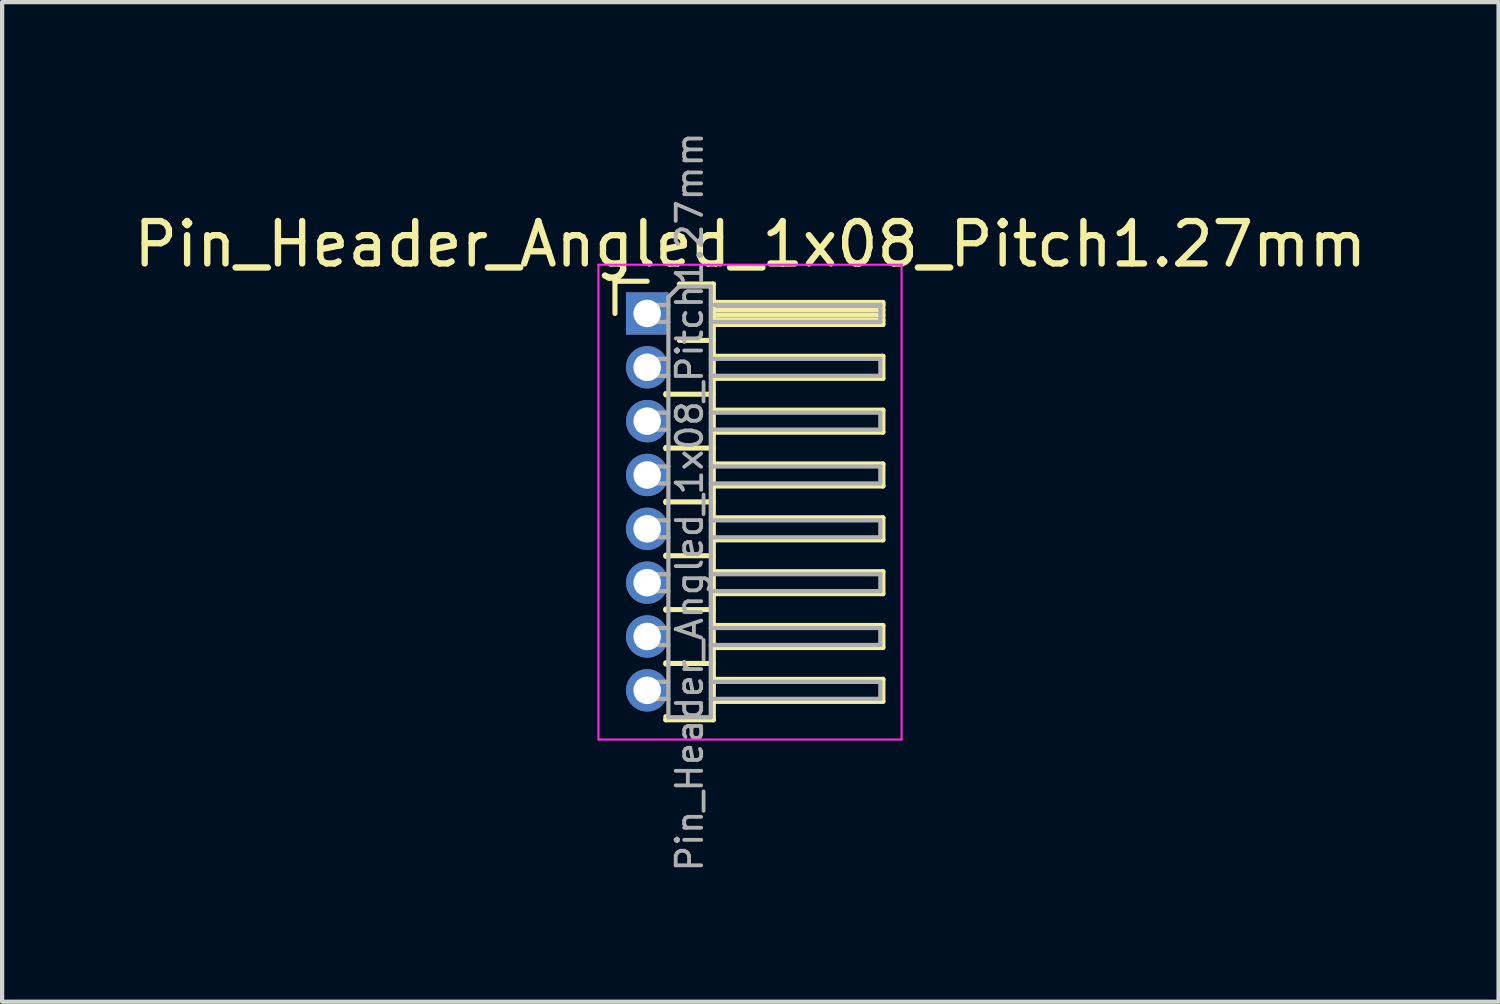
<source format=kicad_pcb>
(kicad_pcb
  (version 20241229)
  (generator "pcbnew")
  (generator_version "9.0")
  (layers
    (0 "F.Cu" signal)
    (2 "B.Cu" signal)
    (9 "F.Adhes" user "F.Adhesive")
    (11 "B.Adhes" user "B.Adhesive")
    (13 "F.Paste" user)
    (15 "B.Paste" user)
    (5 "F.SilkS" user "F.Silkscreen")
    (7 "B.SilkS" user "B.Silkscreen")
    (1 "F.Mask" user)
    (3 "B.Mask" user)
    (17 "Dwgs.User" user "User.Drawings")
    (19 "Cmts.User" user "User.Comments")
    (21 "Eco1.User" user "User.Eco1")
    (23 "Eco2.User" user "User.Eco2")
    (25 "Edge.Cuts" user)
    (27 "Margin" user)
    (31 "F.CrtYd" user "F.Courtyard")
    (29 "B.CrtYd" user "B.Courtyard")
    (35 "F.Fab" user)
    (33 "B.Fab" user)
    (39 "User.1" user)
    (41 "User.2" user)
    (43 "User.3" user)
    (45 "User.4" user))
  (footprint "Pin_Header_Angled_1x08_Pitch1.27mm"
    (layer "F.Cu")
    (at 12.216 4.344)
    (property "Reference" "Pin_Header_Angled_1x08_Pitch1.27mm" (at 2.433 -1.635 0) (layer "F.SilkS") (effects (font (size 1 1) (thickness 0.15))))
    (attr through_hole)
    (fp_line (start -0.76 -0.76) (end 0 -0.76) (stroke (width 0.12) (type solid)) (layer "F.SilkS"))
    (fp_line (start -0.76 0) (end -0.76 -0.76) (stroke (width 0.12) (type solid)) (layer "F.SilkS"))
    (fp_line (start 0.44 1.89) (end 0.44 1.92) (stroke (width 0.12) (type solid)) (layer "F.SilkS"))
    (fp_line (start 0.44 1.905) (end 1.56 1.905) (stroke (width 0.12) (type solid)) (layer "F.SilkS"))
    (fp_line (start 0.44 3.16) (end 0.44 3.19) (stroke (width 0.12) (type solid)) (layer "F.SilkS"))
    (fp_line (start 0.44 3.175) (end 1.56 3.175) (stroke (width 0.12) (type solid)) (layer "F.SilkS"))
    (fp_line (start 0.44 4.43) (end 0.44 4.46) (stroke (width 0.12) (type solid)) (layer "F.SilkS"))
    (fp_line (start 0.44 4.445) (end 1.56 4.445) (stroke (width 0.12) (type solid)) (layer "F.SilkS"))
    (fp_line (start 0.44 5.7) (end 0.44 5.73) (stroke (width 0.12) (type solid)) (layer "F.SilkS"))
    (fp_line (start 0.44 5.715) (end 1.56 5.715) (stroke (width 0.12) (type solid)) (layer "F.SilkS"))
    (fp_line (start 0.44 6.97) (end 0.44 7) (stroke (width 0.12) (type solid)) (layer "F.SilkS"))
    (fp_line (start 0.44 6.985) (end 1.56 6.985) (stroke (width 0.12) (type solid)) (layer "F.SilkS"))
    (fp_line (start 0.44 8.24) (end 0.44 8.27) (stroke (width 0.12) (type solid)) (layer "F.SilkS"))
    (fp_line (start 0.44 8.255) (end 1.56 8.255) (stroke (width 0.12) (type solid)) (layer "F.SilkS"))
    (fp_line (start 0.44 9.585) (end 0.44 9.51) (stroke (width 0.12) (type solid)) (layer "F.SilkS"))
    (fp_line (start 0.76 -0.695) (end 1.56 -0.695) (stroke (width 0.12) (type solid)) (layer "F.SilkS"))
    (fp_line (start 0.76 0.635) (end 1.56 0.635) (stroke (width 0.12) (type solid)) (layer "F.SilkS"))
    (fp_line (start 1.56 -0.695) (end 1.56 9.585) (stroke (width 0.12) (type solid)) (layer "F.SilkS"))
    (fp_line (start 1.56 -0.26) (end 5.56 -0.26) (stroke (width 0.12) (type solid)) (layer "F.SilkS"))
    (fp_line (start 1.56 -0.2) (end 5.56 -0.2) (stroke (width 0.12) (type solid)) (layer "F.SilkS"))
    (fp_line (start 1.56 -0.08) (end 5.56 -0.08) (stroke (width 0.12) (type solid)) (layer "F.SilkS"))
    (fp_line (start 1.56 0.04) (end 5.56 0.04) (stroke (width 0.12) (type solid)) (layer "F.SilkS"))
    (fp_line (start 1.56 0.16) (end 5.56 0.16) (stroke (width 0.12) (type solid)) (layer "F.SilkS"))
    (fp_line (start 1.56 1.01) (end 5.56 1.01) (stroke (width 0.12) (type solid)) (layer "F.SilkS"))
    (fp_line (start 1.56 2.28) (end 5.56 2.28) (stroke (width 0.12) (type solid)) (layer "F.SilkS"))
    (fp_line (start 1.56 3.55) (end 5.56 3.55) (stroke (width 0.12) (type solid)) (layer "F.SilkS"))
    (fp_line (start 1.56 4.82) (end 5.56 4.82) (stroke (width 0.12) (type solid)) (layer "F.SilkS"))
    (fp_line (start 1.56 6.09) (end 5.56 6.09) (stroke (width 0.12) (type solid)) (layer "F.SilkS"))
    (fp_line (start 1.56 7.36) (end 5.56 7.36) (stroke (width 0.12) (type solid)) (layer "F.SilkS"))
    (fp_line (start 1.56 8.63) (end 5.56 8.63) (stroke (width 0.12) (type solid)) (layer "F.SilkS"))
    (fp_line (start 1.56 9.585) (end 0.44 9.585) (stroke (width 0.12) (type solid)) (layer "F.SilkS"))
    (fp_line (start 5.56 -0.26) (end 5.56 0.26) (stroke (width 0.12) (type solid)) (layer "F.SilkS"))
    (fp_line (start 5.56 0.26) (end 1.56 0.26) (stroke (width 0.12) (type solid)) (layer "F.SilkS"))
    (fp_line (start 5.56 1.01) (end 5.56 1.53) (stroke (width 0.12) (type solid)) (layer "F.SilkS"))
    (fp_line (start 5.56 1.53) (end 1.56 1.53) (stroke (width 0.12) (type solid)) (layer "F.SilkS"))
    (fp_line (start 5.56 2.28) (end 5.56 2.8) (stroke (width 0.12) (type solid)) (layer "F.SilkS"))
    (fp_line (start 5.56 2.8) (end 1.56 2.8) (stroke (width 0.12) (type solid)) (layer "F.SilkS"))
    (fp_line (start 5.56 3.55) (end 5.56 4.07) (stroke (width 0.12) (type solid)) (layer "F.SilkS"))
    (fp_line (start 5.56 4.07) (end 1.56 4.07) (stroke (width 0.12) (type solid)) (layer "F.SilkS"))
    (fp_line (start 5.56 4.82) (end 5.56 5.34) (stroke (width 0.12) (type solid)) (layer "F.SilkS"))
    (fp_line (start 5.56 5.34) (end 1.56 5.34) (stroke (width 0.12) (type solid)) (layer "F.SilkS"))
    (fp_line (start 5.56 6.09) (end 5.56 6.61) (stroke (width 0.12) (type solid)) (layer "F.SilkS"))
    (fp_line (start 5.56 6.61) (end 1.56 6.61) (stroke (width 0.12) (type solid)) (layer "F.SilkS"))
    (fp_line (start 5.56 7.36) (end 5.56 7.88) (stroke (width 0.12) (type solid)) (layer "F.SilkS"))
    (fp_line (start 5.56 7.88) (end 1.56 7.88) (stroke (width 0.12) (type solid)) (layer "F.SilkS"))
    (fp_line (start 5.56 8.63) (end 5.56 9.15) (stroke (width 0.12) (type solid)) (layer "F.SilkS"))
    (fp_line (start 5.56 9.15) (end 1.56 9.15) (stroke (width 0.12) (type solid)) (layer "F.SilkS"))
    (fp_line (start -1.15 -1.15) (end -1.15 10.05) (stroke (width 0.05) (type solid)) (layer "F.CrtYd"))
    (fp_line (start -1.15 10.05) (end 6 10.05) (stroke (width 0.05) (type solid)) (layer "F.CrtYd"))
    (fp_line (start 6 -1.15) (end -1.15 -1.15) (stroke (width 0.05) (type solid)) (layer "F.CrtYd"))
    (fp_line (start 6 10.05) (end 6 -1.15) (stroke (width 0.05) (type solid)) (layer "F.CrtYd"))
    (fp_line (start -0.2 -0.2) (end -0.2 0.2) (stroke (width 0.1) (type solid)) (layer "F.Fab"))
    (fp_line (start -0.2 -0.2) (end 0.5 -0.2) (stroke (width 0.1) (type solid)) (layer "F.Fab"))
    (fp_line (start -0.2 0.2) (end 0.5 0.2) (stroke (width 0.1) (type solid)) (layer "F.Fab"))
    (fp_line (start -0.2 1.07) (end -0.2 1.47) (stroke (width 0.1) (type solid)) (layer "F.Fab"))
    (fp_line (start -0.2 1.07) (end 0.5 1.07) (stroke (width 0.1) (type solid)) (layer "F.Fab"))
    (fp_line (start -0.2 1.47) (end 0.5 1.47) (stroke (width 0.1) (type solid)) (layer "F.Fab"))
    (fp_line (start -0.2 2.34) (end -0.2 2.74) (stroke (width 0.1) (type solid)) (layer "F.Fab"))
    (fp_line (start -0.2 2.34) (end 0.5 2.34) (stroke (width 0.1) (type solid)) (layer "F.Fab"))
    (fp_line (start -0.2 2.74) (end 0.5 2.74) (stroke (width 0.1) (type solid)) (layer "F.Fab"))
    (fp_line (start -0.2 3.61) (end -0.2 4.01) (stroke (width 0.1) (type solid)) (layer "F.Fab"))
    (fp_line (start -0.2 3.61) (end 0.5 3.61) (stroke (width 0.1) (type solid)) (layer "F.Fab"))
    (fp_line (start -0.2 4.01) (end 0.5 4.01) (stroke (width 0.1) (type solid)) (layer "F.Fab"))
    (fp_line (start -0.2 4.88) (end -0.2 5.28) (stroke (width 0.1) (type solid)) (layer "F.Fab"))
    (fp_line (start -0.2 4.88) (end 0.5 4.88) (stroke (width 0.1) (type solid)) (layer "F.Fab"))
    (fp_line (start -0.2 5.28) (end 0.5 5.28) (stroke (width 0.1) (type solid)) (layer "F.Fab"))
    (fp_line (start -0.2 6.15) (end -0.2 6.55) (stroke (width 0.1) (type solid)) (layer "F.Fab"))
    (fp_line (start -0.2 6.15) (end 0.5 6.15) (stroke (width 0.1) (type solid)) (layer "F.Fab"))
    (fp_line (start -0.2 6.55) (end 0.5 6.55) (stroke (width 0.1) (type solid)) (layer "F.Fab"))
    (fp_line (start -0.2 7.42) (end -0.2 7.82) (stroke (width 0.1) (type solid)) (layer "F.Fab"))
    (fp_line (start -0.2 7.42) (end 0.5 7.42) (stroke (width 0.1) (type solid)) (layer "F.Fab"))
    (fp_line (start -0.2 7.82) (end 0.5 7.82) (stroke (width 0.1) (type solid)) (layer "F.Fab"))
    (fp_line (start -0.2 8.69) (end -0.2 9.09) (stroke (width 0.1) (type solid)) (layer "F.Fab"))
    (fp_line (start -0.2 8.69) (end 0.5 8.69) (stroke (width 0.1) (type solid)) (layer "F.Fab"))
    (fp_line (start -0.2 9.09) (end 0.5 9.09) (stroke (width 0.1) (type solid)) (layer "F.Fab"))
    (fp_line (start 0.5 -0.385) (end 0.75 -0.635) (stroke (width 0.1) (type solid)) (layer "F.Fab"))
    (fp_line (start 0.5 9.525) (end 0.5 -0.385) (stroke (width 0.1) (type solid)) (layer "F.Fab"))
    (fp_line (start 0.75 -0.635) (end 1.5 -0.635) (stroke (width 0.1) (type solid)) (layer "F.Fab"))
    (fp_line (start 1.5 -0.635) (end 1.5 9.525) (stroke (width 0.1) (type solid)) (layer "F.Fab"))
    (fp_line (start 1.5 -0.2) (end 5.5 -0.2) (stroke (width 0.1) (type solid)) (layer "F.Fab"))
    (fp_line (start 1.5 0.2) (end 5.5 0.2) (stroke (width 0.1) (type solid)) (layer "F.Fab"))
    (fp_line (start 1.5 1.07) (end 5.5 1.07) (stroke (width 0.1) (type solid)) (layer "F.Fab"))
    (fp_line (start 1.5 1.47) (end 5.5 1.47) (stroke (width 0.1) (type solid)) (layer "F.Fab"))
    (fp_line (start 1.5 2.34) (end 5.5 2.34) (stroke (width 0.1) (type solid)) (layer "F.Fab"))
    (fp_line (start 1.5 2.74) (end 5.5 2.74) (stroke (width 0.1) (type solid)) (layer "F.Fab"))
    (fp_line (start 1.5 3.61) (end 5.5 3.61) (stroke (width 0.1) (type solid)) (layer "F.Fab"))
    (fp_line (start 1.5 4.01) (end 5.5 4.01) (stroke (width 0.1) (type solid)) (layer "F.Fab"))
    (fp_line (start 1.5 4.88) (end 5.5 4.88) (stroke (width 0.1) (type solid)) (layer "F.Fab"))
    (fp_line (start 1.5 5.28) (end 5.5 5.28) (stroke (width 0.1) (type solid)) (layer "F.Fab"))
    (fp_line (start 1.5 6.15) (end 5.5 6.15) (stroke (width 0.1) (type solid)) (layer "F.Fab"))
    (fp_line (start 1.5 6.55) (end 5.5 6.55) (stroke (width 0.1) (type solid)) (layer "F.Fab"))
    (fp_line (start 1.5 7.42) (end 5.5 7.42) (stroke (width 0.1) (type solid)) (layer "F.Fab"))
    (fp_line (start 1.5 7.82) (end 5.5 7.82) (stroke (width 0.1) (type solid)) (layer "F.Fab"))
    (fp_line (start 1.5 8.69) (end 5.5 8.69) (stroke (width 0.1) (type solid)) (layer "F.Fab"))
    (fp_line (start 1.5 9.09) (end 5.5 9.09) (stroke (width 0.1) (type solid)) (layer "F.Fab"))
    (fp_line (start 1.5 9.525) (end 0.5 9.525) (stroke (width 0.1) (type solid)) (layer "F.Fab"))
    (fp_line (start 5.5 -0.2) (end 5.5 0.2) (stroke (width 0.1) (type solid)) (layer "F.Fab"))
    (fp_line (start 5.5 1.07) (end 5.5 1.47) (stroke (width 0.1) (type solid)) (layer "F.Fab"))
    (fp_line (start 5.5 2.34) (end 5.5 2.74) (stroke (width 0.1) (type solid)) (layer "F.Fab"))
    (fp_line (start 5.5 3.61) (end 5.5 4.01) (stroke (width 0.1) (type solid)) (layer "F.Fab"))
    (fp_line (start 5.5 4.88) (end 5.5 5.28) (stroke (width 0.1) (type solid)) (layer "F.Fab"))
    (fp_line (start 5.5 6.15) (end 5.5 6.55) (stroke (width 0.1) (type solid)) (layer "F.Fab"))
    (fp_line (start 5.5 7.42) (end 5.5 7.82) (stroke (width 0.1) (type solid)) (layer "F.Fab"))
    (fp_line (start 5.5 8.69) (end 5.5 9.09) (stroke (width 0.1) (type solid)) (layer "F.Fab"))
    (fp_text user "${REFERENCE}" (at 1 4.445 90) (layer "F.Fab") (effects (font (size 0.6 0.6) (thickness 0.09))))
    (pad "1" thru_hole rect (at 0 0) (size 1 1) (drill 0.65) (layers "*.Cu" "*.Mask"))
    (pad "2" thru_hole oval (at 0 1.27) (size 1 1) (drill 0.65) (layers "*.Cu" "*.Mask"))
    (pad "3" thru_hole oval (at 0 2.54) (size 1 1) (drill 0.65) (layers "*.Cu" "*.Mask"))
    (pad "4" thru_hole oval (at 0 3.81) (size 1 1) (drill 0.65) (layers "*.Cu" "*.Mask"))
    (pad "5" thru_hole oval (at 0 5.08) (size 1 1) (drill 0.65) (layers "*.Cu" "*.Mask"))
    (pad "6" thru_hole oval (at 0 6.35) (size 1 1) (drill 0.65) (layers "*.Cu" "*.Mask"))
    (pad "7" thru_hole oval (at 0 7.62) (size 1 1) (drill 0.65) (layers "*.Cu" "*.Mask"))
    (pad "8" thru_hole oval (at 0 8.89) (size 1 1) (drill 0.65) (layers "*.Cu" "*.Mask")))
  (gr_rect
    (start -3 -3)
    (end 32.298 20.579)
    (stroke (width 0.1) (type default))
    (fill no)
    (layer "Edge.Cuts")))
</source>
